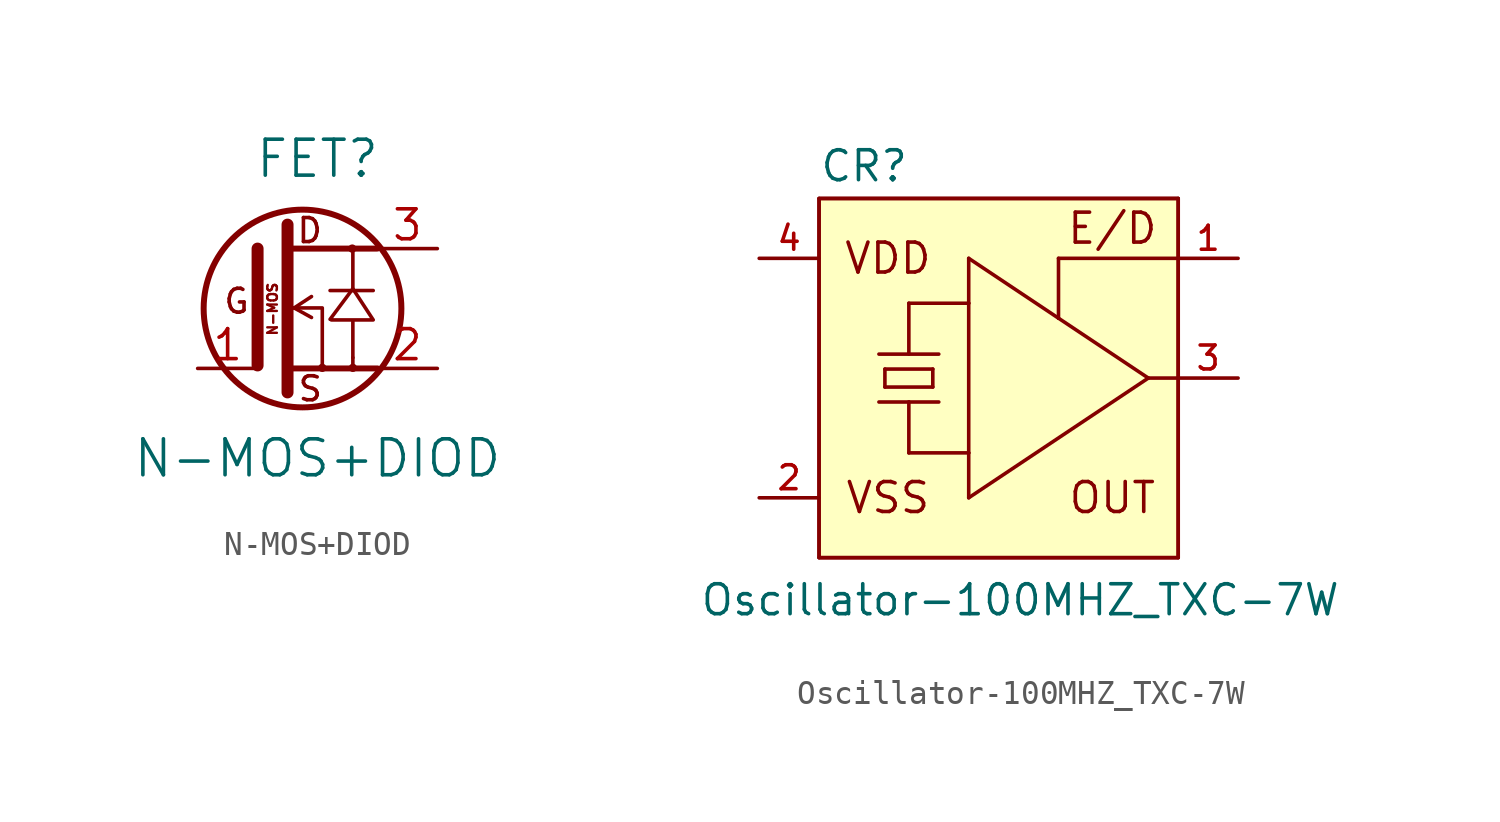
<source format=kicad_sym>
(kicad_symbol_lib
  (version 20241209)
  (generator "kicad_symbol_editor")
  (generator_version "9.0")
  (symbol "N-MOS+DIOD"
    (pin_names
      (offset 1.016)
      (hide yes))
    (property "Reference" "FET"
      (at 0 6.35 0)
      (effects (font (size 1.524 1.524))))
    (property "Value" "N-MOS+DIOD"
      (at 0 -6.35 0)
      (effects (font (size 1.524 1.524))))
    (property "Footprint" ""
      (at -1.27 0 90)
      (effects (font (size 1.524 1.524))))
    (property "Datasheet" ""
      (at -1.27 0 90)
      (effects (font (size 1.524 1.524))))
    (symbol "N-MOS+DIOD_0_0"
      (polyline (pts (xy -2.54 -2.413) (xy -2.54 2.54)) (stroke (width 0.508) (type solid)) (fill (type none)))
      (polyline (pts (xy -1.27 3.556) (xy -1.27 -3.556)) (stroke (width 0.508) (type solid)) (fill (type none)))
      (polyline (pts (xy -1.27 0.025) (xy 0.203 0.025) (xy 0.203 -2.515)) (stroke (width 0) (type solid)) (fill (type none)))
      (circle (center -0.635 0) (radius 4.191) (stroke (width 0.254) (type solid)) (fill (type none)))
      (polyline (pts (xy -0.254 0.508) (xy -0.991 0.025)) (stroke (width 0) (type solid)) (fill (type none)))
      (polyline (pts (xy -0.254 -0.381) (xy -0.991 0.025) (xy -0.94 0)) (stroke (width 0) (type solid)) (fill (type none)))
      (circle (center 0.203 -2.515) (radius 0.102) (stroke (width 0) (type solid)) (fill (type none)))
      (polyline (pts (xy 0.533 0.762) (xy 2.362 0.762)) (stroke (width 0) (type solid)) (fill (type none)))
      (circle (center 1.473 2.54) (radius 0.102) (stroke (width 0) (type solid)) (fill (type none)))
      (polyline (pts (xy 1.499 0.813) (xy 1.499 2.54)) (stroke (width 0) (type solid)) (fill (type none)))
      (polyline (pts (xy 1.499 -2.083) (xy 1.499 -2.489)) (stroke (width 0) (type solid)) (fill (type none)))
      (polyline (pts (xy 1.499 -2.083) (xy 1.499 -0.483) (xy 0.584 -0.483) (xy 2.362 -0.483) (xy 1.499 0.838) (xy 0.533 -0.457)) (stroke (width 0) (type solid)) (fill (type none)))
      (circle (center 1.499 -2.515) (radius 0.102) (stroke (width 0) (type solid)) (fill (type none)))
      (polyline (pts (xy 2.54 2.54) (xy -1.27 2.54)) (stroke (width 0.254) (type solid)) (fill (type none)))
      (polyline (pts (xy 2.54 -2.54) (xy -1.27 -2.54)) (stroke (width 0.254) (type solid)) (fill (type none)))
      (text "G" (at -3.429 0.305 0) (effects (font (size 1.016 1.016))))
      (text "N-MOS" (at -1.905 -0.025 900) (effects (font (size 0.406 0.406))))
      (text "D" (at -0.33 3.302 0) (effects (font (size 1.016 1.016))))
      (text "S" (at -0.305 -3.404 0) (effects (font (size 1.016 1.016)))))
    (symbol "N-MOS+DIOD_1_1"
      (pin input line (at -5.08 -2.54 0) (length 2.54) (name "G" (effects (font (size 1.27 1.27)))) (number "1" (effects (font (size 1.27 1.27)))))
      (pin passive line (at 5.08 2.54 180) (length 2.54) (name "D" (effects (font (size 1.27 1.27)))) (number "3" (effects (font (size 1.27 1.27)))))
      (pin passive line (at 5.08 -2.54 180) (length 2.54) (name "S" (effects (font (size 1.27 1.27)))) (number "2" (effects (font (size 1.27 1.27)))))))
  (symbol "Oscillator-100MHZ_TXC-7W"
    (pin_names
      (offset 0)
      (hide yes))
    (property "Reference" "CR"
      (at -7.62 8.255 0)
      (effects (font (size 1.27 1.27)) (justify left bottom)))
    (property "Value" "Oscillator-100MHZ_TXC-7W"
      (at -12.7 -10.16 0)
      (effects (font (size 1.27 1.27)) (justify left bottom)))
    (property "Datasheet" ""
      (at 0 0 0)
      (effects (font (size 1.524 1.524))))
    (symbol "Oscillator-100MHZ_TXC-7W_1_0"
      (rectangle (start -7.62 7.62) (end 7.62 -7.62) (stroke (width 0) (type solid)) (fill (type background)))
      (polyline (pts (xy -7.62 7.62) (xy -7.62 -7.62)) (stroke (width 0) (type solid)) (fill (type none)))
      (polyline (pts (xy -7.62 7.62) (xy 7.62 7.62)) (stroke (width 0) (type solid)) (fill (type background)))
      (polyline (pts (xy -5.08 1.016) (xy -2.54 1.016)) (stroke (width 0) (type solid)) (fill (type none)))
      (polyline (pts (xy -5.08 -1.016) (xy -3.81 -1.016)) (stroke (width 0) (type solid)) (fill (type none)))
      (polyline (pts (xy -4.826 0.381) (xy -2.794 0.381)) (stroke (width 0) (type solid)) (fill (type none)))
      (polyline (pts (xy -4.826 -0.381) (xy -4.826 0.381)) (stroke (width 0) (type solid)) (fill (type none)))
      (polyline (pts (xy -4.826 -0.381) (xy -2.794 -0.381)) (stroke (width 0) (type solid)) (fill (type none)))
      (polyline (pts (xy -3.81 3.175) (xy -1.27 3.175)) (stroke (width 0) (type solid)) (fill (type none)))
      (polyline (pts (xy -3.81 1.016) (xy -3.81 3.175)) (stroke (width 0) (type solid)) (fill (type none)))
      (polyline (pts (xy -3.81 -1.016) (xy -2.54 -1.016)) (stroke (width 0) (type solid)) (fill (type none)))
      (polyline (pts (xy -3.81 -3.175) (xy -3.81 -1.016)) (stroke (width 0) (type solid)) (fill (type none)))
      (polyline (pts (xy -3.81 -3.175) (xy -1.27 -3.175)) (stroke (width 0) (type solid)) (fill (type none)))
      (polyline (pts (xy -2.794 0.381) (xy -2.794 -0.381)) (stroke (width 0) (type solid)) (fill (type none)))
      (polyline (pts (xy -1.27 5.08) (xy 2.54 2.54)) (stroke (width 0) (type solid)) (fill (type none)))
      (polyline (pts (xy -1.27 3.175) (xy -1.27 5.08)) (stroke (width 0) (type solid)) (fill (type none)))
      (polyline (pts (xy -1.27 -3.175) (xy -1.27 3.175)) (stroke (width 0) (type solid)) (fill (type none)))
      (polyline (pts (xy -1.27 -5.08) (xy -1.27 -3.175)) (stroke (width 0) (type solid)) (fill (type none)))
      (polyline (pts (xy 2.54 5.08) (xy 2.54 2.54)) (stroke (width 0) (type solid)) (fill (type none)))
      (polyline (pts (xy 2.54 2.54) (xy 6.35 0)) (stroke (width 0) (type solid)) (fill (type none)))
      (polyline (pts (xy 6.35 0) (xy -1.27 -5.08)) (stroke (width 0) (type solid)) (fill (type none)))
      (polyline (pts (xy 6.35 0) (xy 7.62 0)) (stroke (width 0) (type solid)) (fill (type none)))
      (polyline (pts (xy 7.62 5.08) (xy 2.54 5.08)) (stroke (width 0) (type solid)) (fill (type none)))
      (polyline (pts (xy 7.62 5.08) (xy 7.62 7.62)) (stroke (width 0) (type solid)) (fill (type none)))
      (polyline (pts (xy 7.62 0) (xy 7.62 5.08)) (stroke (width 0) (type solid)) (fill (type none)))
      (polyline (pts (xy 7.62 -7.62) (xy -7.62 -7.62)) (stroke (width 0) (type solid)) (fill (type none)))
      (polyline (pts (xy 7.62 -7.62) (xy 7.62 0)) (stroke (width 0) (type solid)) (fill (type none)))
      (text "VDD" (at -4.699 5.08 0) (effects (font (size 1.27 1.27))))
      (text "VSS" (at -4.699 -5.08 0) (effects (font (size 1.27 1.27))))
      (text "E/D" (at 4.826 6.35 0) (effects (font (size 1.27 1.27))))
      (text "OUT" (at 4.826 -5.08 0) (effects (font (size 1.27 1.27)))))
    (symbol "Oscillator-100MHZ_TXC-7W_1_1"
      (pin power_in line (at -10.16 5.08 0) (length 2.54) (name "VDD" (effects (font (size 1.016 1.016)))) (number "4" (effects (font (size 1.016 1.016)))))
      (pin power_in line (at -10.16 -5.08 0) (length 2.54) (name "VSS" (effects (font (size 1.016 1.016)))) (number "2" (effects (font (size 1.016 1.016)))))
      (pin input line (at 10.16 5.08 180) (length 2.54) (name "E/D" (effects (font (size 1.016 1.016)))) (number "1" (effects (font (size 1.016 1.016)))))
      (pin output line (at 10.16 0 180) (length 2.54) (name "OUT" (effects (font (size 1.016 1.016)))) (number "3" (effects (font (size 1.016 1.016))))))))
</source>
